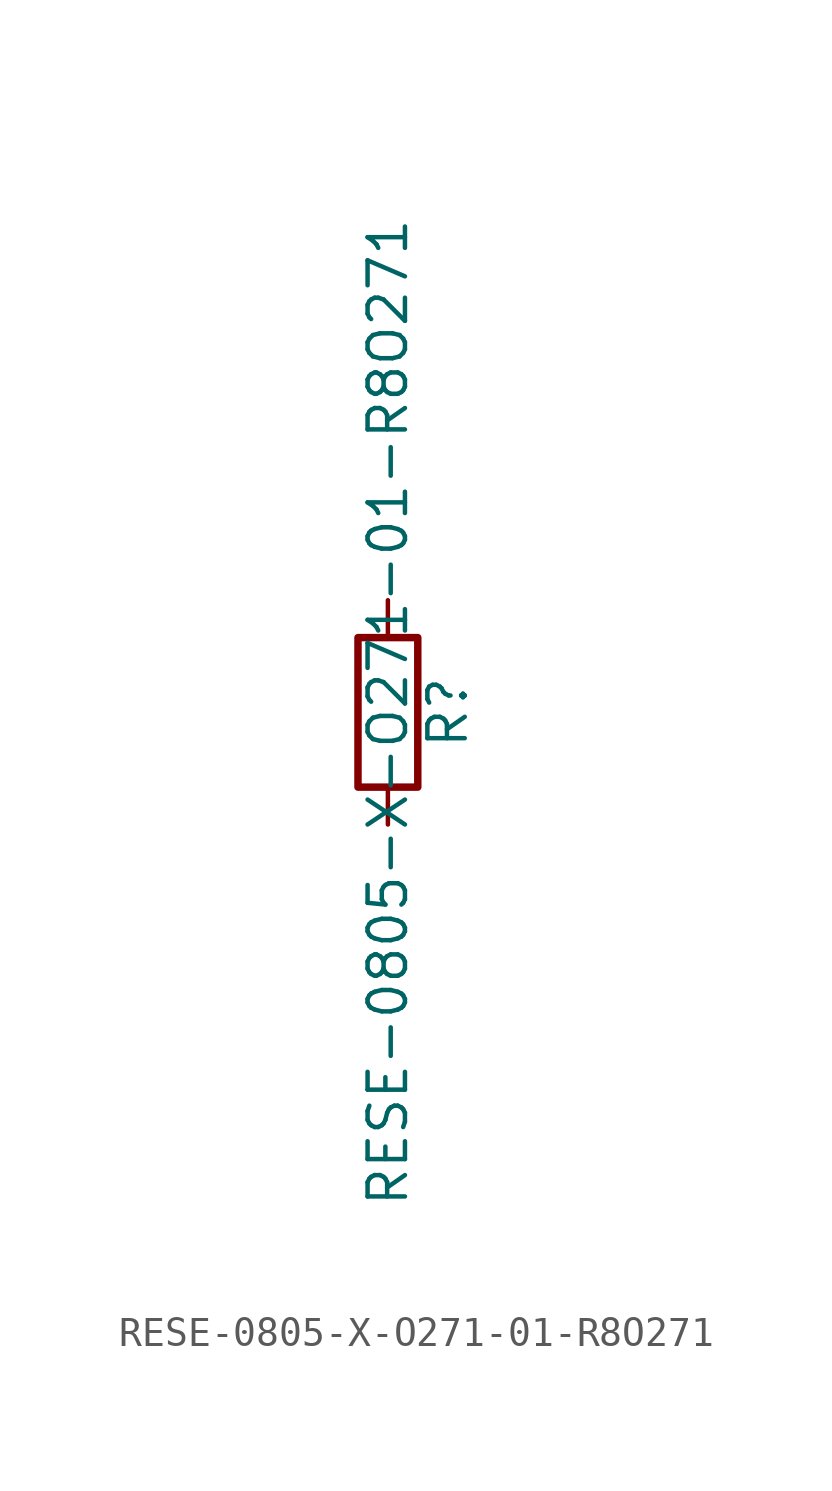
<source format=kicad_sym>
(kicad_symbol_lib
  (version 20211014)
  (generator kicad_symbol_editor)
  (symbol "RESE-0805-X-O271-01-R8O271"
    (pin_numbers hide)
    (pin_names
      (offset 0))
    (property "Reference" "R"
      (at 2.032 0 90)
      (effects (font (size 1.27 1.27))))
    (property "Value" "RESE-0805-X-O271-01-R8O271"
      (at 0 0 90)
      (effects (font (size 1.27 1.27))))
    (symbol "RESE-0805-X-O271-01-R8O271_0_1"
      (rectangle (start -1.016 -2.54) (end 1.016 2.54) (stroke (width 0.254) (type default) (color 0 0 0 0)) (fill (type none))))
    (symbol "RESE-0805-X-O271-01-R8O271_1_1"
      (pin passive line (at 0 3.81 270) (length 1.27) (name "~" (effects (font (size 1.27 1.27)))) (number "1" (effects (font (size 1.27 1.27)))))
      (pin passive line (at 0 -3.81 90) (length 1.27) (name "~" (effects (font (size 1.27 1.27)))) (number "2" (effects (font (size 1.27 1.27))))))))
</source>
